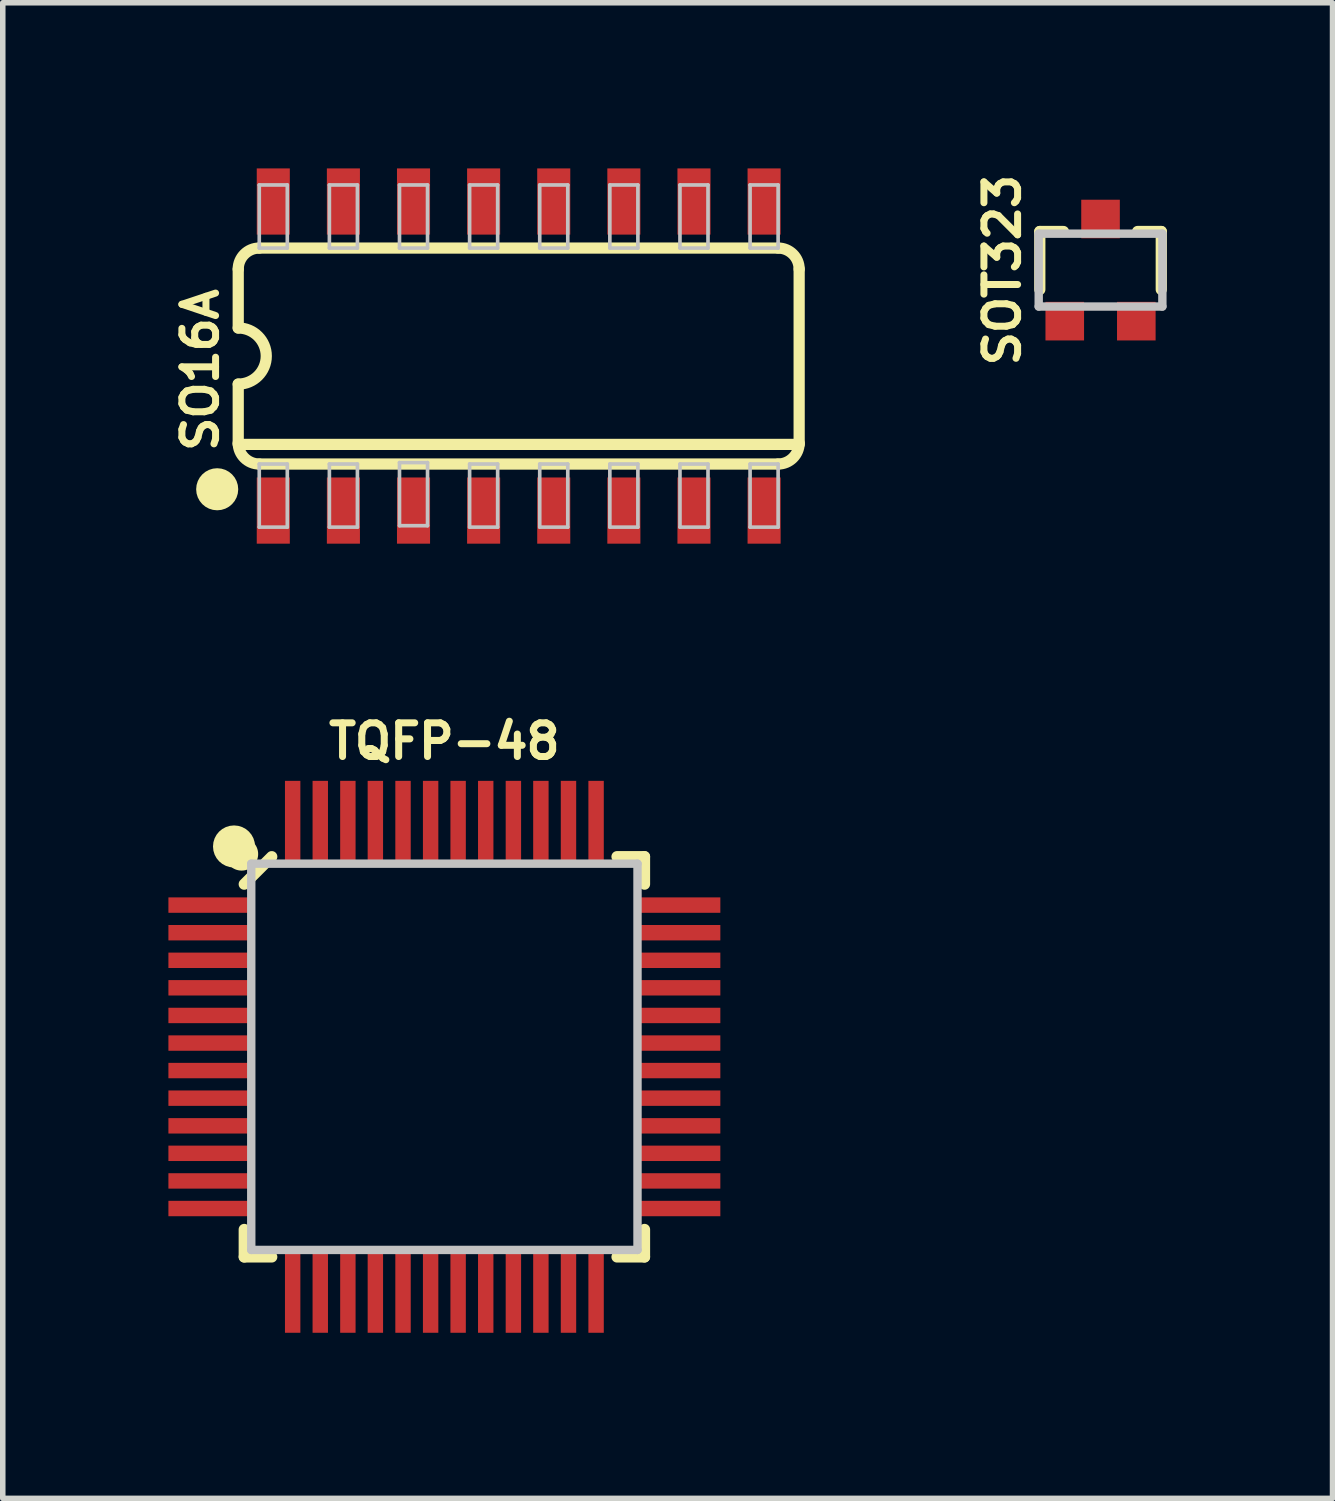
<source format=kicad_pcb>
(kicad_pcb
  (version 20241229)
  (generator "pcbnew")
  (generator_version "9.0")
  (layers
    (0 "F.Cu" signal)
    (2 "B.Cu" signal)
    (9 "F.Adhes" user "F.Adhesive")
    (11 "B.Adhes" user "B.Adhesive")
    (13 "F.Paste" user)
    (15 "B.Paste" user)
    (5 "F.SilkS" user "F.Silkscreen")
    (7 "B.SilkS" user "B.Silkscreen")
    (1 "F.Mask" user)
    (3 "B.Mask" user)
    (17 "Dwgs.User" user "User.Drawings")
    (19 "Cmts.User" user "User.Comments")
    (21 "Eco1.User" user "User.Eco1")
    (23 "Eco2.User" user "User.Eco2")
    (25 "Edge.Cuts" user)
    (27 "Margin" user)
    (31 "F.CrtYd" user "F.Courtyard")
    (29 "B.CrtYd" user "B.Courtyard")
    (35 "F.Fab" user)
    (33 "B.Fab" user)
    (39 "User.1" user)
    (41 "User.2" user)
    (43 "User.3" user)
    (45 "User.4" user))
  (footprint "SOT323"
    (layer "F.Cu")
    (at 16.884 1.842)
    (property "Reference" "SOT323" (at -1.778 0 90) (layer "F.SilkS") (effects (font (size 0.61 0.61) (thickness 0.127))))
    (attr smd)
    (fp_line (start -1.1 -0.699) (end -1.1 0.353) (stroke (width 0.203) (type solid)) (layer "F.SilkS"))
    (fp_line (start -0.671 -0.699) (end -1.1 -0.699) (stroke (width 0.203) (type solid)) (layer "F.SilkS"))
    (fp_line (start 0.671 -0.699) (end 1.1 -0.699) (stroke (width 0.203) (type solid)) (layer "F.SilkS"))
    (fp_line (start 1.1 -0.699) (end 1.1 0.353) (stroke (width 0.203) (type solid)) (layer "F.SilkS"))
    (fp_line (start -1.12 -0.66) (end 1.12 -0.66) (stroke (width 0.152) (type solid)) (layer "Dwgs.User"))
    (fp_line (start -1.12 0.66) (end -1.12 -0.66) (stroke (width 0.152) (type solid)) (layer "Dwgs.User"))
    (fp_line (start 1.12 -0.66) (end 1.12 0.66) (stroke (width 0.152) (type solid)) (layer "Dwgs.User"))
    (fp_line (start 1.12 0.66) (end -1.12 0.66) (stroke (width 0.152) (type solid)) (layer "Dwgs.User"))
    (pad "1" smd rect (at -0.648 0.925) (size 0.699 0.699) (layers "F.Cu" "F.Mask" "F.Paste"))
    (pad "2" smd rect (at 0.648 0.925) (size 0.699 0.699) (layers "F.Cu" "F.Mask" "F.Paste"))
    (pad "3" smd rect (at 0 -0.925) (size 0.699 0.699) (layers "F.Cu" "F.Mask" "F.Paste")))
  (footprint "SO16A"
    (layer "F.Cu")
    (at 6.345 3.399)
    (property "Reference" "SO16A" (at -5.766 0.254 90) (layer "F.SilkS") (effects (font (size 0.61 0.61) (thickness 0.127))))
    (attr smd)
    (fp_line (start -5.08 -1.575) (end -5.08 -0.508) (stroke (width 0.203) (type solid)) (layer "F.SilkS"))
    (fp_line (start -5.08 0.508) (end -5.08 1.575) (stroke (width 0.203) (type solid)) (layer "F.SilkS"))
    (fp_line (start -5.08 1.6) (end 5.08 1.6) (stroke (width 0.203) (type solid)) (layer "F.SilkS"))
    (fp_line (start -4.699 1.956) (end 4.699 1.956) (stroke (width 0.203) (type solid)) (layer "F.SilkS"))
    (fp_line (start 4.699 -1.956) (end -4.699 -1.956) (stroke (width 0.203) (type solid)) (layer "F.SilkS"))
    (fp_line (start 5.08 1.575) (end 5.08 -1.575) (stroke (width 0.203) (type solid)) (layer "F.SilkS"))
    (fp_arc (start -5.08 -1.5748) (mid -4.968408 -1.844208) (end -4.699 -1.9558) (stroke (width 0.2032) (type solid)) (layer "F.SilkS"))
    (fp_arc (start -5.08 -0.508) (mid -4.572 0) (end -5.08 0.508) (stroke (width 0.2032) (type solid)) (layer "F.SilkS"))
    (fp_arc (start -4.699 1.9558) (mid -4.968408 1.844208) (end -5.08 1.5748) (stroke (width 0.2032) (type solid)) (layer "F.SilkS"))
    (fp_arc (start 4.699 -1.9558) (mid 4.968408 -1.844208) (end 5.08 -1.5748) (stroke (width 0.2032) (type solid)) (layer "F.SilkS"))
    (fp_arc (start 5.08 1.5748) (mid 4.968408 1.844208) (end 4.699 1.9558) (stroke (width 0.2032) (type solid)) (layer "F.SilkS"))
    (fp_circle (center -5.461 2.413) (end -5.334 2.413) (stroke (width 0.254) (type solid)) (fill no) (layer "F.SilkS"))
    (fp_circle (center -5.461 2.413) (end -5.207 2.413) (stroke (width 0.254) (type solid)) (fill no) (layer "F.SilkS"))
    (fp_line (start -4.699 -3.099) (end -4.191 -3.099) (stroke (width 0.066) (type solid)) (layer "Dwgs.User"))
    (fp_line (start -4.699 -1.956) (end -4.699 -3.099) (stroke (width 0.066) (type solid)) (layer "Dwgs.User"))
    (fp_line (start -4.699 -1.956) (end -4.191 -1.956) (stroke (width 0.066) (type solid)) (layer "Dwgs.User"))
    (fp_line (start -4.699 1.956) (end -4.191 1.956) (stroke (width 0.066) (type solid)) (layer "Dwgs.User"))
    (fp_line (start -4.699 3.099) (end -4.699 1.956) (stroke (width 0.066) (type solid)) (layer "Dwgs.User"))
    (fp_line (start -4.699 3.099) (end -4.191 3.099) (stroke (width 0.066) (type solid)) (layer "Dwgs.User"))
    (fp_line (start -4.191 -1.956) (end -4.191 -3.099) (stroke (width 0.066) (type solid)) (layer "Dwgs.User"))
    (fp_line (start -4.191 3.099) (end -4.191 1.956) (stroke (width 0.066) (type solid)) (layer "Dwgs.User"))
    (fp_line (start -3.429 -3.099) (end -2.921 -3.099) (stroke (width 0.066) (type solid)) (layer "Dwgs.User"))
    (fp_line (start -3.429 -1.956) (end -3.429 -3.099) (stroke (width 0.066) (type solid)) (layer "Dwgs.User"))
    (fp_line (start -3.429 -1.956) (end -2.921 -1.956) (stroke (width 0.066) (type solid)) (layer "Dwgs.User"))
    (fp_line (start -3.429 1.956) (end -2.921 1.956) (stroke (width 0.066) (type solid)) (layer "Dwgs.User"))
    (fp_line (start -3.429 3.099) (end -3.429 1.956) (stroke (width 0.066) (type solid)) (layer "Dwgs.User"))
    (fp_line (start -3.429 3.099) (end -2.921 3.099) (stroke (width 0.066) (type solid)) (layer "Dwgs.User"))
    (fp_line (start -2.921 -1.956) (end -2.921 -3.099) (stroke (width 0.066) (type solid)) (layer "Dwgs.User"))
    (fp_line (start -2.921 3.099) (end -2.921 1.956) (stroke (width 0.066) (type solid)) (layer "Dwgs.User"))
    (fp_line (start -2.159 -3.099) (end -1.651 -3.099) (stroke (width 0.066) (type solid)) (layer "Dwgs.User"))
    (fp_line (start -2.159 -1.956) (end -2.159 -3.099) (stroke (width 0.066) (type solid)) (layer "Dwgs.User"))
    (fp_line (start -2.159 -1.956) (end -1.651 -1.956) (stroke (width 0.066) (type solid)) (layer "Dwgs.User"))
    (fp_line (start -2.159 1.93) (end -1.651 1.93) (stroke (width 0.066) (type solid)) (layer "Dwgs.User"))
    (fp_line (start -2.159 3.073) (end -2.159 1.93) (stroke (width 0.066) (type solid)) (layer "Dwgs.User"))
    (fp_line (start -2.159 3.073) (end -1.651 3.073) (stroke (width 0.066) (type solid)) (layer "Dwgs.User"))
    (fp_line (start -1.651 -1.956) (end -1.651 -3.099) (stroke (width 0.066) (type solid)) (layer "Dwgs.User"))
    (fp_line (start -1.651 3.073) (end -1.651 1.93) (stroke (width 0.066) (type solid)) (layer "Dwgs.User"))
    (fp_line (start -0.889 -3.099) (end -0.381 -3.099) (stroke (width 0.066) (type solid)) (layer "Dwgs.User"))
    (fp_line (start -0.889 -1.956) (end -0.889 -3.099) (stroke (width 0.066) (type solid)) (layer "Dwgs.User"))
    (fp_line (start -0.889 -1.956) (end -0.381 -1.956) (stroke (width 0.066) (type solid)) (layer "Dwgs.User"))
    (fp_line (start -0.889 1.956) (end -0.381 1.956) (stroke (width 0.066) (type solid)) (layer "Dwgs.User"))
    (fp_line (start -0.889 3.099) (end -0.889 1.956) (stroke (width 0.066) (type solid)) (layer "Dwgs.User"))
    (fp_line (start -0.889 3.099) (end -0.381 3.099) (stroke (width 0.066) (type solid)) (layer "Dwgs.User"))
    (fp_line (start -0.381 -1.956) (end -0.381 -3.099) (stroke (width 0.066) (type solid)) (layer "Dwgs.User"))
    (fp_line (start -0.381 3.099) (end -0.381 1.956) (stroke (width 0.066) (type solid)) (layer "Dwgs.User"))
    (fp_line (start 0.381 -3.099) (end 0.889 -3.099) (stroke (width 0.066) (type solid)) (layer "Dwgs.User"))
    (fp_line (start 0.381 -1.956) (end 0.381 -3.099) (stroke (width 0.066) (type solid)) (layer "Dwgs.User"))
    (fp_line (start 0.381 -1.956) (end 0.889 -1.956) (stroke (width 0.066) (type solid)) (layer "Dwgs.User"))
    (fp_line (start 0.381 1.956) (end 0.889 1.956) (stroke (width 0.066) (type solid)) (layer "Dwgs.User"))
    (fp_line (start 0.381 3.099) (end 0.381 1.956) (stroke (width 0.066) (type solid)) (layer "Dwgs.User"))
    (fp_line (start 0.381 3.099) (end 0.889 3.099) (stroke (width 0.066) (type solid)) (layer "Dwgs.User"))
    (fp_line (start 0.889 -1.956) (end 0.889 -3.099) (stroke (width 0.066) (type solid)) (layer "Dwgs.User"))
    (fp_line (start 0.889 3.099) (end 0.889 1.956) (stroke (width 0.066) (type solid)) (layer "Dwgs.User"))
    (fp_line (start 1.651 -3.099) (end 2.159 -3.099) (stroke (width 0.066) (type solid)) (layer "Dwgs.User"))
    (fp_line (start 1.651 -1.956) (end 1.651 -3.099) (stroke (width 0.066) (type solid)) (layer "Dwgs.User"))
    (fp_line (start 1.651 -1.956) (end 2.159 -1.956) (stroke (width 0.066) (type solid)) (layer "Dwgs.User"))
    (fp_line (start 1.651 1.956) (end 2.159 1.956) (stroke (width 0.066) (type solid)) (layer "Dwgs.User"))
    (fp_line (start 1.651 3.099) (end 1.651 1.956) (stroke (width 0.066) (type solid)) (layer "Dwgs.User"))
    (fp_line (start 1.651 3.099) (end 2.159 3.099) (stroke (width 0.066) (type solid)) (layer "Dwgs.User"))
    (fp_line (start 2.159 -1.956) (end 2.159 -3.099) (stroke (width 0.066) (type solid)) (layer "Dwgs.User"))
    (fp_line (start 2.159 3.099) (end 2.159 1.956) (stroke (width 0.066) (type solid)) (layer "Dwgs.User"))
    (fp_line (start 2.921 -3.099) (end 3.429 -3.099) (stroke (width 0.066) (type solid)) (layer "Dwgs.User"))
    (fp_line (start 2.921 -1.956) (end 2.921 -3.099) (stroke (width 0.066) (type solid)) (layer "Dwgs.User"))
    (fp_line (start 2.921 -1.956) (end 3.429 -1.956) (stroke (width 0.066) (type solid)) (layer "Dwgs.User"))
    (fp_line (start 2.921 1.956) (end 3.429 1.956) (stroke (width 0.066) (type solid)) (layer "Dwgs.User"))
    (fp_line (start 2.921 3.099) (end 2.921 1.956) (stroke (width 0.066) (type solid)) (layer "Dwgs.User"))
    (fp_line (start 2.921 3.099) (end 3.429 3.099) (stroke (width 0.066) (type solid)) (layer "Dwgs.User"))
    (fp_line (start 3.429 -1.956) (end 3.429 -3.099) (stroke (width 0.066) (type solid)) (layer "Dwgs.User"))
    (fp_line (start 3.429 3.099) (end 3.429 1.956) (stroke (width 0.066) (type solid)) (layer "Dwgs.User"))
    (fp_line (start 4.191 -3.099) (end 4.699 -3.099) (stroke (width 0.066) (type solid)) (layer "Dwgs.User"))
    (fp_line (start 4.191 -1.956) (end 4.191 -3.099) (stroke (width 0.066) (type solid)) (layer "Dwgs.User"))
    (fp_line (start 4.191 -1.956) (end 4.699 -1.956) (stroke (width 0.066) (type solid)) (layer "Dwgs.User"))
    (fp_line (start 4.191 1.956) (end 4.699 1.956) (stroke (width 0.066) (type solid)) (layer "Dwgs.User"))
    (fp_line (start 4.191 3.099) (end 4.191 1.956) (stroke (width 0.066) (type solid)) (layer "Dwgs.User"))
    (fp_line (start 4.191 3.099) (end 4.699 3.099) (stroke (width 0.066) (type solid)) (layer "Dwgs.User"))
    (fp_line (start 4.699 -1.956) (end 4.699 -3.099) (stroke (width 0.066) (type solid)) (layer "Dwgs.User"))
    (fp_line (start 4.699 3.099) (end 4.699 1.956) (stroke (width 0.066) (type solid)) (layer "Dwgs.User"))
    (pad "1" smd rect (at -4.445 2.799) (size 0.599 1.199) (layers "F.Cu" "F.Mask" "F.Paste"))
    (pad "2" smd rect (at -3.175 2.799) (size 0.599 1.199) (layers "F.Cu" "F.Mask" "F.Paste"))
    (pad "3" smd rect (at -1.905 2.799) (size 0.599 1.199) (layers "F.Cu" "F.Mask" "F.Paste"))
    (pad "4" smd rect (at -0.635 2.799) (size 0.599 1.199) (layers "F.Cu" "F.Mask" "F.Paste"))
    (pad "5" smd rect (at 0.635 2.799) (size 0.599 1.199) (layers "F.Cu" "F.Mask" "F.Paste"))
    (pad "6" smd rect (at 1.905 2.799) (size 0.599 1.199) (layers "F.Cu" "F.Mask" "F.Paste"))
    (pad "7" smd rect (at 3.175 2.799) (size 0.599 1.199) (layers "F.Cu" "F.Mask" "F.Paste"))
    (pad "8" smd rect (at 4.445 2.799) (size 0.599 1.199) (layers "F.Cu" "F.Mask" "F.Paste"))
    (pad "9" smd rect (at 4.445 -2.799) (size 0.599 1.199) (layers "F.Cu" "F.Mask" "F.Paste"))
    (pad "10" smd rect (at 3.175 -2.799) (size 0.599 1.199) (layers "F.Cu" "F.Mask" "F.Paste"))
    (pad "11" smd rect (at 1.905 -2.799) (size 0.599 1.199) (layers "F.Cu" "F.Mask" "F.Paste"))
    (pad "12" smd rect (at 0.635 -2.799) (size 0.599 1.199) (layers "F.Cu" "F.Mask" "F.Paste"))
    (pad "13" smd rect (at -0.635 -2.799) (size 0.599 1.199) (layers "F.Cu" "F.Mask" "F.Paste"))
    (pad "14" smd rect (at -1.905 -2.799) (size 0.599 1.199) (layers "F.Cu" "F.Mask" "F.Paste"))
    (pad "15" smd rect (at -3.175 -2.799) (size 0.599 1.199) (layers "F.Cu" "F.Mask" "F.Paste"))
    (pad "16" smd rect (at -4.445 -2.799) (size 0.599 1.199) (layers "F.Cu" "F.Mask" "F.Paste")))
  (footprint "TQFP-48"
    (layer "F.Cu")
    (at 4.999 16.092)
    (property "Reference" "TQFP-48" (at 0 -5.715 0) (layer "F.SilkS") (effects (font (size 0.61 0.61) (thickness 0.127))))
    (attr smd)
    (fp_line (start -3.625 -3.127) (end -3.127 -3.625) (stroke (width 0.203) (type solid)) (layer "F.SilkS"))
    (fp_line (start -3.625 3.625) (end -3.625 3.127) (stroke (width 0.203) (type solid)) (layer "F.SilkS"))
    (fp_line (start -3.127 3.625) (end -3.625 3.625) (stroke (width 0.203) (type solid)) (layer "F.SilkS"))
    (fp_line (start 3.127 -3.625) (end 3.625 -3.625) (stroke (width 0.203) (type solid)) (layer "F.SilkS"))
    (fp_line (start 3.625 -3.625) (end 3.625 -3.127) (stroke (width 0.203) (type solid)) (layer "F.SilkS"))
    (fp_line (start 3.625 3.127) (end 3.625 3.625) (stroke (width 0.203) (type solid)) (layer "F.SilkS"))
    (fp_line (start 3.625 3.625) (end 3.127 3.625) (stroke (width 0.203) (type solid)) (layer "F.SilkS"))
    (fp_circle (center -3.81 -3.81) (end -3.683 -3.81) (stroke (width 0.254) (type solid)) (fill no) (layer "F.SilkS"))
    (fp_circle (center -3.81 -3.81) (end -3.556 -3.81) (stroke (width 0.254) (type solid)) (fill no) (layer "F.SilkS"))
    (fp_circle (center -3.673 -3.673) (end -3.673 -3.973) (stroke (width 0) (type solid)) (fill yes) (layer "F.SilkS"))
    (fp_line (start -3.498 -3.498) (end 3.498 -3.498) (stroke (width 0.152) (type solid)) (layer "Dwgs.User"))
    (fp_line (start -3.498 3.498) (end -3.498 -3.498) (stroke (width 0.152) (type solid)) (layer "Dwgs.User"))
    (fp_line (start 3.498 -3.498) (end 3.498 3.498) (stroke (width 0.152) (type solid)) (layer "Dwgs.User"))
    (fp_line (start 3.498 3.498) (end -3.498 3.498) (stroke (width 0.152) (type solid)) (layer "Dwgs.User"))
    (pad "1" smd rect (at -4.249 -2.748 180) (size 1.499 0.279) (layers "F.Cu" "F.Mask" "F.Paste"))
    (pad "2" smd rect (at -4.249 -2.248 180) (size 1.499 0.279) (layers "F.Cu" "F.Mask" "F.Paste"))
    (pad "3" smd rect (at -4.249 -1.748 180) (size 1.499 0.279) (layers "F.Cu" "F.Mask" "F.Paste"))
    (pad "4" smd rect (at -4.249 -1.25 180) (size 1.499 0.279) (layers "F.Cu" "F.Mask" "F.Paste"))
    (pad "5" smd rect (at -4.249 -0.749 180) (size 1.499 0.279) (layers "F.Cu" "F.Mask" "F.Paste"))
    (pad "6" smd rect (at -4.249 -0.249 180) (size 1.499 0.279) (layers "F.Cu" "F.Mask" "F.Paste"))
    (pad "7" smd rect (at -4.249 0.249 180) (size 1.499 0.279) (layers "F.Cu" "F.Mask" "F.Paste"))
    (pad "8" smd rect (at -4.249 0.749 180) (size 1.499 0.279) (layers "F.Cu" "F.Mask" "F.Paste"))
    (pad "9" smd rect (at -4.249 1.25 180) (size 1.499 0.279) (layers "F.Cu" "F.Mask" "F.Paste"))
    (pad "10" smd rect (at -4.249 1.748 180) (size 1.499 0.279) (layers "F.Cu" "F.Mask" "F.Paste"))
    (pad "11" smd rect (at -4.249 2.248 180) (size 1.499 0.279) (layers "F.Cu" "F.Mask" "F.Paste"))
    (pad "12" smd rect (at -4.249 2.748 180) (size 1.499 0.279) (layers "F.Cu" "F.Mask" "F.Paste"))
    (pad "13" smd rect (at -2.748 4.249 270) (size 1.499 0.279) (layers "F.Cu" "F.Mask" "F.Paste"))
    (pad "14" smd rect (at -2.248 4.249 270) (size 1.499 0.279) (layers "F.Cu" "F.Mask" "F.Paste"))
    (pad "15" smd rect (at -1.748 4.249 270) (size 1.499 0.279) (layers "F.Cu" "F.Mask" "F.Paste"))
    (pad "16" smd rect (at -1.25 4.249 270) (size 1.499 0.279) (layers "F.Cu" "F.Mask" "F.Paste"))
    (pad "17" smd rect (at -0.749 4.249 270) (size 1.499 0.279) (layers "F.Cu" "F.Mask" "F.Paste"))
    (pad "18" smd rect (at -0.249 4.249 270) (size 1.499 0.279) (layers "F.Cu" "F.Mask" "F.Paste"))
    (pad "19" smd rect (at 0.249 4.249 270) (size 1.499 0.279) (layers "F.Cu" "F.Mask" "F.Paste"))
    (pad "20" smd rect (at 0.749 4.249 270) (size 1.499 0.279) (layers "F.Cu" "F.Mask" "F.Paste"))
    (pad "21" smd rect (at 1.25 4.249 270) (size 1.499 0.279) (layers "F.Cu" "F.Mask" "F.Paste"))
    (pad "22" smd rect (at 1.748 4.249 270) (size 1.499 0.279) (layers "F.Cu" "F.Mask" "F.Paste"))
    (pad "23" smd rect (at 2.248 4.249 270) (size 1.499 0.279) (layers "F.Cu" "F.Mask" "F.Paste"))
    (pad "24" smd rect (at 2.748 4.249 270) (size 1.499 0.279) (layers "F.Cu" "F.Mask" "F.Paste"))
    (pad "25" smd rect (at 4.249 2.748) (size 1.499 0.279) (layers "F.Cu" "F.Mask" "F.Paste"))
    (pad "26" smd rect (at 4.249 2.248) (size 1.499 0.279) (layers "F.Cu" "F.Mask" "F.Paste"))
    (pad "27" smd rect (at 4.249 1.748) (size 1.499 0.279) (layers "F.Cu" "F.Mask" "F.Paste"))
    (pad "28" smd rect (at 4.249 1.25) (size 1.499 0.279) (layers "F.Cu" "F.Mask" "F.Paste"))
    (pad "29" smd rect (at 4.249 0.749) (size 1.499 0.279) (layers "F.Cu" "F.Mask" "F.Paste"))
    (pad "30" smd rect (at 4.249 0.249) (size 1.499 0.279) (layers "F.Cu" "F.Mask" "F.Paste"))
    (pad "31" smd rect (at 4.249 -0.249) (size 1.499 0.279) (layers "F.Cu" "F.Mask" "F.Paste"))
    (pad "32" smd rect (at 4.249 -0.749) (size 1.499 0.279) (layers "F.Cu" "F.Mask" "F.Paste"))
    (pad "33" smd rect (at 4.249 -1.25) (size 1.499 0.279) (layers "F.Cu" "F.Mask" "F.Paste"))
    (pad "34" smd rect (at 4.249 -1.748) (size 1.499 0.279) (layers "F.Cu" "F.Mask" "F.Paste"))
    (pad "35" smd rect (at 4.249 -2.248) (size 1.499 0.279) (layers "F.Cu" "F.Mask" "F.Paste"))
    (pad "36" smd rect (at 4.249 -2.748) (size 1.499 0.279) (layers "F.Cu" "F.Mask" "F.Paste"))
    (pad "37" smd rect (at 2.748 -4.249 90) (size 1.499 0.279) (layers "F.Cu" "F.Mask" "F.Paste"))
    (pad "38" smd rect (at 2.248 -4.249 90) (size 1.499 0.279) (layers "F.Cu" "F.Mask" "F.Paste"))
    (pad "39" smd rect (at 1.748 -4.249 90) (size 1.499 0.279) (layers "F.Cu" "F.Mask" "F.Paste"))
    (pad "40" smd rect (at 1.25 -4.249 90) (size 1.499 0.279) (layers "F.Cu" "F.Mask" "F.Paste"))
    (pad "41" smd rect (at 0.749 -4.249 90) (size 1.499 0.279) (layers "F.Cu" "F.Mask" "F.Paste"))
    (pad "42" smd rect (at 0.249 -4.249 90) (size 1.499 0.279) (layers "F.Cu" "F.Mask" "F.Paste"))
    (pad "43" smd rect (at -0.249 -4.249 90) (size 1.499 0.279) (layers "F.Cu" "F.Mask" "F.Paste"))
    (pad "44" smd rect (at -0.749 -4.249 90) (size 1.499 0.279) (layers "F.Cu" "F.Mask" "F.Paste"))
    (pad "45" smd rect (at -1.25 -4.249 90) (size 1.499 0.279) (layers "F.Cu" "F.Mask" "F.Paste"))
    (pad "46" smd rect (at -1.748 -4.249 90) (size 1.499 0.279) (layers "F.Cu" "F.Mask" "F.Paste"))
    (pad "47" smd rect (at -2.248 -4.249 90) (size 1.499 0.279) (layers "F.Cu" "F.Mask" "F.Paste"))
    (pad "48" smd rect (at -2.748 -4.249 90) (size 1.499 0.279) (layers "F.Cu" "F.Mask" "F.Paste")))
  (gr_rect
    (start -3 -3)
    (end 21.086 24.09)
    (stroke (width 0.1) (type default))
    (fill no)
    (layer "Edge.Cuts")))
</source>
